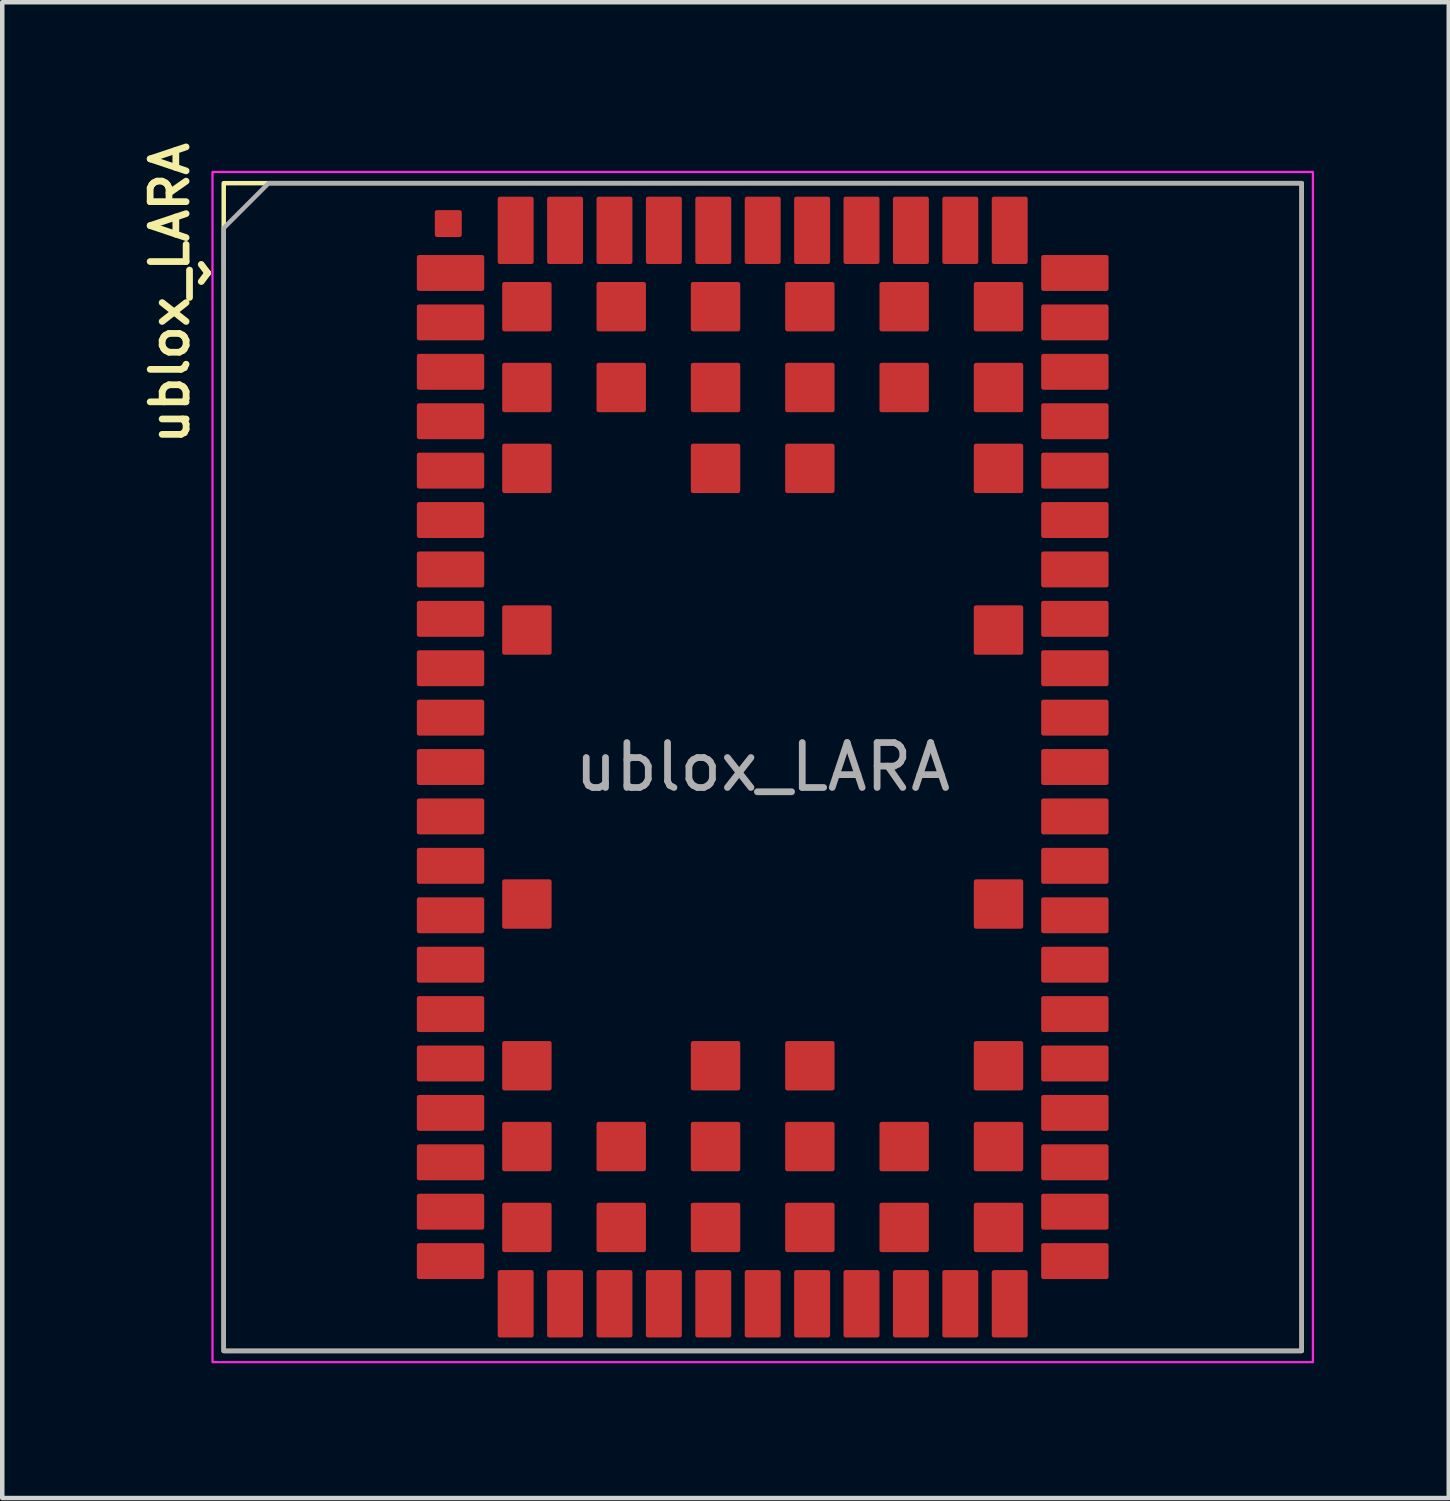
<source format=kicad_pcb>
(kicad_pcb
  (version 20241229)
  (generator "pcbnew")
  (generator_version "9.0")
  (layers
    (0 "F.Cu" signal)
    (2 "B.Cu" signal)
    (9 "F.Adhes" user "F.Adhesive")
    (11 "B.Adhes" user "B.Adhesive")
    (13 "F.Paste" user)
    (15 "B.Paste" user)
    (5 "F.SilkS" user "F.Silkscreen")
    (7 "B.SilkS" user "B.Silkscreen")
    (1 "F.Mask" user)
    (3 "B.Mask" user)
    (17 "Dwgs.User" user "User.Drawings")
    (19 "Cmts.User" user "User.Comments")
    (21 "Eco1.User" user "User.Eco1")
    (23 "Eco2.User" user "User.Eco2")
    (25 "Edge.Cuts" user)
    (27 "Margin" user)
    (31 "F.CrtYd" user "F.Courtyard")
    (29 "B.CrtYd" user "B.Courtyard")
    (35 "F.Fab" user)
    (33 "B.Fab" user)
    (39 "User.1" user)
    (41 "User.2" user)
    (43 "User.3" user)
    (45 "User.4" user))
  (footprint "ublox_LARA"
    (layer "F.Cu")
    (at 13.931 14.028)
    (property "Reference" "ublox_LARA" (at -13.2 -10.55 90) (layer "F.SilkS") (effects (font (size 0.8 0.8) (thickness 0.15))))
    (attr smd)
    (fp_rect (start -12 -13) (end 12 13) (stroke (width 0.1) (type solid)) (fill no) (layer "F.SilkS"))
    (fp_rect (start -12.25 -13.25) (end 12.25 13.25) (stroke (width 0.05) (type solid)) (fill no) (layer "F.CrtYd"))
    (fp_poly (pts (xy 12 13) (xy 12 -13) (xy -11 -13) (xy -12 -12) (xy -12 13)) (stroke (width 0.1) (type solid)) (fill no) (layer "F.Fab"))
    (fp_text user "^" (at -12.95 -11 270) (unlocked yes) (layer "F.SilkS") (effects (font (size 1 1) (thickness 0.15))))
    (fp_text user "${REFERENCE}" (at 0 0 0) (layer "F.Fab") (effects (font (size 1 1) (thickness 0.15))))
    (pad "" smd roundrect (at -7 -12.1 270) (size 0.6 0.6) (layers "F.Cu" "F.Mask" "F.Paste") (roundrect_rratio 0.083))
    (pad "1" smd roundrect (at -6.95 -11 180) (size 1.5 0.8) (layers "F.Cu" "F.Mask" "F.Paste") (roundrect_rratio 0.062))
    (pad "2" smd roundrect (at -6.95 -9.9 180) (size 1.5 0.8) (layers "F.Cu" "F.Mask" "F.Paste") (roundrect_rratio 0.062))
    (pad "3" smd roundrect (at -6.95 -8.8 180) (size 1.5 0.8) (layers "F.Cu" "F.Mask" "F.Paste") (roundrect_rratio 0.062))
    (pad "4" smd roundrect (at -6.95 -7.7 180) (size 1.5 0.8) (layers "F.Cu" "F.Mask" "F.Paste") (roundrect_rratio 0.062))
    (pad "5" smd roundrect (at -6.95 -6.6 180) (size 1.5 0.8) (layers "F.Cu" "F.Mask" "F.Paste") (roundrect_rratio 0.062))
    (pad "6" smd roundrect (at -6.95 -5.5 180) (size 1.5 0.8) (layers "F.Cu" "F.Mask" "F.Paste") (roundrect_rratio 0.062))
    (pad "7" smd roundrect (at -6.95 -4.4 180) (size 1.5 0.8) (layers "F.Cu" "F.Mask" "F.Paste") (roundrect_rratio 0.062))
    (pad "8" smd roundrect (at -6.95 -3.3 180) (size 1.5 0.8) (layers "F.Cu" "F.Mask" "F.Paste") (roundrect_rratio 0.062))
    (pad "9" smd roundrect (at -6.95 -2.2 180) (size 1.5 0.8) (layers "F.Cu" "F.Mask" "F.Paste") (roundrect_rratio 0.062))
    (pad "10" smd roundrect (at -6.95 -1.1 180) (size 1.5 0.8) (layers "F.Cu" "F.Mask" "F.Paste") (roundrect_rratio 0.062))
    (pad "11" smd roundrect (at -6.95 0 180) (size 1.5 0.8) (layers "F.Cu" "F.Mask" "F.Paste") (roundrect_rratio 0.062))
    (pad "12" smd roundrect (at -6.95 1.1 180) (size 1.5 0.8) (layers "F.Cu" "F.Mask" "F.Paste") (roundrect_rratio 0.062))
    (pad "13" smd roundrect (at -6.95 2.2 180) (size 1.5 0.8) (layers "F.Cu" "F.Mask" "F.Paste") (roundrect_rratio 0.062))
    (pad "14" smd roundrect (at -6.95 3.3 180) (size 1.5 0.8) (layers "F.Cu" "F.Mask" "F.Paste") (roundrect_rratio 0.062))
    (pad "15" smd roundrect (at -6.95 4.4 180) (size 1.5 0.8) (layers "F.Cu" "F.Mask" "F.Paste") (roundrect_rratio 0.062))
    (pad "16" smd roundrect (at -6.95 5.5 180) (size 1.5 0.8) (layers "F.Cu" "F.Mask" "F.Paste") (roundrect_rratio 0.062))
    (pad "17" smd roundrect (at -6.95 6.6 180) (size 1.5 0.8) (layers "F.Cu" "F.Mask" "F.Paste") (roundrect_rratio 0.062))
    (pad "18" smd roundrect (at -6.95 7.7 180) (size 1.5 0.8) (layers "F.Cu" "F.Mask" "F.Paste") (roundrect_rratio 0.062))
    (pad "19" smd roundrect (at -6.95 8.8 180) (size 1.5 0.8) (layers "F.Cu" "F.Mask" "F.Paste") (roundrect_rratio 0.062))
    (pad "20" smd roundrect (at -6.95 9.9 180) (size 1.5 0.8) (layers "F.Cu" "F.Mask" "F.Paste") (roundrect_rratio 0.062))
    (pad "21" smd roundrect (at -6.95 11 180) (size 1.5 0.8) (layers "F.Cu" "F.Mask" "F.Paste") (roundrect_rratio 0.062))
    (pad "22" smd roundrect (at -5.5 11.95 270) (size 1.5 0.8) (layers "F.Cu" "F.Mask" "F.Paste") (roundrect_rratio 0.062))
    (pad "23" smd roundrect (at -4.4 11.95 270) (size 1.5 0.8) (layers "F.Cu" "F.Mask" "F.Paste") (roundrect_rratio 0.062))
    (pad "24" smd roundrect (at -3.3 11.95 270) (size 1.5 0.8) (layers "F.Cu" "F.Mask" "F.Paste") (roundrect_rratio 0.062))
    (pad "25" smd roundrect (at -2.2 11.95 270) (size 1.5 0.8) (layers "F.Cu" "F.Mask" "F.Paste") (roundrect_rratio 0.062))
    (pad "26" smd roundrect (at -1.1 11.95 270) (size 1.5 0.8) (layers "F.Cu" "F.Mask" "F.Paste") (roundrect_rratio 0.062))
    (pad "27" smd roundrect (at 0 11.95 270) (size 1.5 0.8) (layers "F.Cu" "F.Mask" "F.Paste") (roundrect_rratio 0.062))
    (pad "28" smd roundrect (at 1.1 11.95 270) (size 1.5 0.8) (layers "F.Cu" "F.Mask" "F.Paste") (roundrect_rratio 0.062))
    (pad "29" smd roundrect (at 2.2 11.95 270) (size 1.5 0.8) (layers "F.Cu" "F.Mask" "F.Paste") (roundrect_rratio 0.062))
    (pad "30" smd roundrect (at 3.3 11.95 270) (size 1.5 0.8) (layers "F.Cu" "F.Mask" "F.Paste") (roundrect_rratio 0.062))
    (pad "31" smd roundrect (at 4.4 11.95 270) (size 1.5 0.8) (layers "F.Cu" "F.Mask" "F.Paste") (roundrect_rratio 0.062))
    (pad "32" smd roundrect (at 5.5 11.95 270) (size 1.5 0.8) (layers "F.Cu" "F.Mask" "F.Paste") (roundrect_rratio 0.062))
    (pad "33" smd roundrect (at 6.95 11 180) (size 1.5 0.8) (layers "F.Cu" "F.Mask" "F.Paste") (roundrect_rratio 0.062))
    (pad "34" smd roundrect (at 6.95 9.9 180) (size 1.5 0.8) (layers "F.Cu" "F.Mask" "F.Paste") (roundrect_rratio 0.062))
    (pad "35" smd roundrect (at 6.95 8.8 180) (size 1.5 0.8) (layers "F.Cu" "F.Mask" "F.Paste") (roundrect_rratio 0.062))
    (pad "36" smd roundrect (at 6.95 7.7 180) (size 1.5 0.8) (layers "F.Cu" "F.Mask" "F.Paste") (roundrect_rratio 0.062))
    (pad "37" smd roundrect (at 6.95 6.6 180) (size 1.5 0.8) (layers "F.Cu" "F.Mask" "F.Paste") (roundrect_rratio 0.062))
    (pad "38" smd roundrect (at 6.95 5.5 180) (size 1.5 0.8) (layers "F.Cu" "F.Mask" "F.Paste") (roundrect_rratio 0.062))
    (pad "39" smd roundrect (at 6.95 4.4 180) (size 1.5 0.8) (layers "F.Cu" "F.Mask" "F.Paste") (roundrect_rratio 0.062))
    (pad "40" smd roundrect (at 6.95 3.3 180) (size 1.5 0.8) (layers "F.Cu" "F.Mask" "F.Paste") (roundrect_rratio 0.062))
    (pad "41" smd roundrect (at 6.95 2.2 180) (size 1.5 0.8) (layers "F.Cu" "F.Mask" "F.Paste") (roundrect_rratio 0.062))
    (pad "42" smd roundrect (at 6.95 1.1 180) (size 1.5 0.8) (layers "F.Cu" "F.Mask" "F.Paste") (roundrect_rratio 0.062))
    (pad "43" smd roundrect (at 6.95 0 180) (size 1.5 0.8) (layers "F.Cu" "F.Mask" "F.Paste") (roundrect_rratio 0.062))
    (pad "44" smd roundrect (at 6.95 -1.1 180) (size 1.5 0.8) (layers "F.Cu" "F.Mask" "F.Paste") (roundrect_rratio 0.062))
    (pad "45" smd roundrect (at 6.95 -2.2 180) (size 1.5 0.8) (layers "F.Cu" "F.Mask" "F.Paste") (roundrect_rratio 0.062))
    (pad "46" smd roundrect (at 6.95 -3.3 180) (size 1.5 0.8) (layers "F.Cu" "F.Mask" "F.Paste") (roundrect_rratio 0.062))
    (pad "47" smd roundrect (at 6.95 -4.4 180) (size 1.5 0.8) (layers "F.Cu" "F.Mask" "F.Paste") (roundrect_rratio 0.062))
    (pad "48" smd roundrect (at 6.95 -5.5 180) (size 1.5 0.8) (layers "F.Cu" "F.Mask" "F.Paste") (roundrect_rratio 0.062))
    (pad "49" smd roundrect (at 6.95 -6.6 180) (size 1.5 0.8) (layers "F.Cu" "F.Mask" "F.Paste") (roundrect_rratio 0.062))
    (pad "50" smd roundrect (at 6.95 -7.7 180) (size 1.5 0.8) (layers "F.Cu" "F.Mask" "F.Paste") (roundrect_rratio 0.062))
    (pad "51" smd roundrect (at 6.95 -8.8 180) (size 1.5 0.8) (layers "F.Cu" "F.Mask" "F.Paste") (roundrect_rratio 0.062))
    (pad "52" smd roundrect (at 6.95 -9.9 180) (size 1.5 0.8) (layers "F.Cu" "F.Mask" "F.Paste") (roundrect_rratio 0.062))
    (pad "53" smd roundrect (at 6.95 -11 180) (size 1.5 0.8) (layers "F.Cu" "F.Mask" "F.Paste") (roundrect_rratio 0.062))
    (pad "54" smd roundrect (at 5.5 -11.95 270) (size 1.5 0.8) (layers "F.Cu" "F.Mask" "F.Paste") (roundrect_rratio 0.062))
    (pad "55" smd roundrect (at 4.4 -11.95 270) (size 1.5 0.8) (layers "F.Cu" "F.Mask" "F.Paste") (roundrect_rratio 0.062))
    (pad "56" smd roundrect (at 3.3 -11.95 270) (size 1.5 0.8) (layers "F.Cu" "F.Mask" "F.Paste") (roundrect_rratio 0.062))
    (pad "57" smd roundrect (at 2.2 -11.95 270) (size 1.5 0.8) (layers "F.Cu" "F.Mask" "F.Paste") (roundrect_rratio 0.062))
    (pad "58" smd roundrect (at 1.1 -11.95 270) (size 1.5 0.8) (layers "F.Cu" "F.Mask" "F.Paste") (roundrect_rratio 0.062))
    (pad "59" smd roundrect (at 0 -11.95 270) (size 1.5 0.8) (layers "F.Cu" "F.Mask" "F.Paste") (roundrect_rratio 0.062))
    (pad "60" smd roundrect (at -1.1 -11.95 270) (size 1.5 0.8) (layers "F.Cu" "F.Mask" "F.Paste") (roundrect_rratio 0.062))
    (pad "61" smd roundrect (at -2.2 -11.95 270) (size 1.5 0.8) (layers "F.Cu" "F.Mask" "F.Paste") (roundrect_rratio 0.062))
    (pad "62" smd roundrect (at -3.3 -11.95 270) (size 1.5 0.8) (layers "F.Cu" "F.Mask" "F.Paste") (roundrect_rratio 0.062))
    (pad "63" smd roundrect (at -4.4 -11.95 270) (size 1.5 0.8) (layers "F.Cu" "F.Mask" "F.Paste") (roundrect_rratio 0.062))
    (pad "64" smd roundrect (at -5.5 -11.95 270) (size 1.5 0.8) (layers "F.Cu" "F.Mask" "F.Paste") (roundrect_rratio 0.062))
    (pad "65" smd roundrect (at -5.25 -10.25 270) (size 1.1 1.1) (layers "F.Cu" "F.Mask" "F.Paste") (roundrect_rratio 0.045))
    (pad "66" smd roundrect (at -3.15 -10.25 270) (size 1.1 1.1) (layers "F.Cu" "F.Mask" "F.Paste") (roundrect_rratio 0.045))
    (pad "67" smd roundrect (at -1.05 -10.25 270) (size 1.1 1.1) (layers "F.Cu" "F.Mask" "F.Paste") (roundrect_rratio 0.045))
    (pad "68" smd roundrect (at 1.05 -10.25 270) (size 1.1 1.1) (layers "F.Cu" "F.Mask" "F.Paste") (roundrect_rratio 0.045))
    (pad "69" smd roundrect (at 3.15 -10.25 270) (size 1.1 1.1) (layers "F.Cu" "F.Mask" "F.Paste") (roundrect_rratio 0.045))
    (pad "70" smd roundrect (at 5.25 -10.25 270) (size 1.1 1.1) (layers "F.Cu" "F.Mask" "F.Paste") (roundrect_rratio 0.045))
    (pad "71" smd roundrect (at -5.25 -8.45 270) (size 1.1 1.1) (layers "F.Cu" "F.Mask" "F.Paste") (roundrect_rratio 0.045))
    (pad "72" smd roundrect (at -3.15 -8.45 270) (size 1.1 1.1) (layers "F.Cu" "F.Mask" "F.Paste") (roundrect_rratio 0.045))
    (pad "73" smd roundrect (at -1.05 -8.45 270) (size 1.1 1.1) (layers "F.Cu" "F.Mask" "F.Paste") (roundrect_rratio 0.045))
    (pad "74" smd roundrect (at 1.05 -8.45 270) (size 1.1 1.1) (layers "F.Cu" "F.Mask" "F.Paste") (roundrect_rratio 0.045))
    (pad "75" smd roundrect (at 3.15 -8.45 270) (size 1.1 1.1) (layers "F.Cu" "F.Mask" "F.Paste") (roundrect_rratio 0.045))
    (pad "76" smd roundrect (at 5.25 -8.45 270) (size 1.1 1.1) (layers "F.Cu" "F.Mask" "F.Paste") (roundrect_rratio 0.045))
    (pad "77" smd roundrect (at -5.25 -6.65 270) (size 1.1 1.1) (layers "F.Cu" "F.Mask" "F.Paste") (roundrect_rratio 0.045))
    (pad "78" smd roundrect (at 5.25 -6.65 270) (size 1.1 1.1) (layers "F.Cu" "F.Mask" "F.Paste") (roundrect_rratio 0.045))
    (pad "79" smd roundrect (at -5.25 -3.05 270) (size 1.1 1.1) (layers "F.Cu" "F.Mask" "F.Paste") (roundrect_rratio 0.045))
    (pad "80" smd roundrect (at 5.25 -3.05 270) (size 1.1 1.1) (layers "F.Cu" "F.Mask" "F.Paste") (roundrect_rratio 0.045))
    (pad "81" smd roundrect (at -5.25 3.05 270) (size 1.1 1.1) (layers "F.Cu" "F.Mask" "F.Paste") (roundrect_rratio 0.045))
    (pad "82" smd roundrect (at 5.25 3.05 270) (size 1.1 1.1) (layers "F.Cu" "F.Mask" "F.Paste") (roundrect_rratio 0.045))
    (pad "83" smd roundrect (at -5.25 6.65 270) (size 1.1 1.1) (layers "F.Cu" "F.Mask" "F.Paste") (roundrect_rratio 0.045))
    (pad "84" smd roundrect (at 5.25 6.65 270) (size 1.1 1.1) (layers "F.Cu" "F.Mask" "F.Paste") (roundrect_rratio 0.045))
    (pad "85" smd roundrect (at -5.25 8.45 270) (size 1.1 1.1) (layers "F.Cu" "F.Mask" "F.Paste") (roundrect_rratio 0.045))
    (pad "86" smd roundrect (at -3.15 8.45 270) (size 1.1 1.1) (layers "F.Cu" "F.Mask" "F.Paste") (roundrect_rratio 0.045))
    (pad "87" smd roundrect (at -1.05 8.45 270) (size 1.1 1.1) (layers "F.Cu" "F.Mask" "F.Paste") (roundrect_rratio 0.045))
    (pad "88" smd roundrect (at 1.05 8.45 270) (size 1.1 1.1) (layers "F.Cu" "F.Mask" "F.Paste") (roundrect_rratio 0.045))
    (pad "89" smd roundrect (at 3.15 8.45 270) (size 1.1 1.1) (layers "F.Cu" "F.Mask" "F.Paste") (roundrect_rratio 0.045))
    (pad "90" smd roundrect (at 5.25 8.45 270) (size 1.1 1.1) (layers "F.Cu" "F.Mask" "F.Paste") (roundrect_rratio 0.045))
    (pad "91" smd roundrect (at -5.25 10.25 270) (size 1.1 1.1) (layers "F.Cu" "F.Mask" "F.Paste") (roundrect_rratio 0.045))
    (pad "92" smd roundrect (at -3.15 10.25 270) (size 1.1 1.1) (layers "F.Cu" "F.Mask" "F.Paste") (roundrect_rratio 0.045))
    (pad "93" smd roundrect (at -1.05 10.25 270) (size 1.1 1.1) (layers "F.Cu" "F.Mask" "F.Paste") (roundrect_rratio 0.045))
    (pad "94" smd roundrect (at 1.05 10.25 270) (size 1.1 1.1) (layers "F.Cu" "F.Mask" "F.Paste") (roundrect_rratio 0.045))
    (pad "95" smd roundrect (at 3.15 10.25 270) (size 1.1 1.1) (layers "F.Cu" "F.Mask" "F.Paste") (roundrect_rratio 0.045))
    (pad "96" smd roundrect (at 5.25 10.25 270) (size 1.1 1.1) (layers "F.Cu" "F.Mask" "F.Paste") (roundrect_rratio 0.045))
    (pad "97" smd roundrect (at -1.05 -6.65 270) (size 1.1 1.1) (layers "F.Cu" "F.Mask" "F.Paste") (roundrect_rratio 0.045))
    (pad "98" smd roundrect (at 1.05 -6.65 270) (size 1.1 1.1) (layers "F.Cu" "F.Mask" "F.Paste") (roundrect_rratio 0.045))
    (pad "99" smd roundrect (at -1.05 6.65 270) (size 1.1 1.1) (layers "F.Cu" "F.Mask" "F.Paste") (roundrect_rratio 0.045))
    (pad "100" smd roundrect (at 1.05 6.65 270) (size 1.1 1.1) (layers "F.Cu" "F.Mask" "F.Paste") (roundrect_rratio 0.045)))
  (gr_rect
    (start -3 -3)
    (end 29.206 30.303)
    (stroke (width 0.1) (type default))
    (fill no)
    (layer "Edge.Cuts")))
</source>
